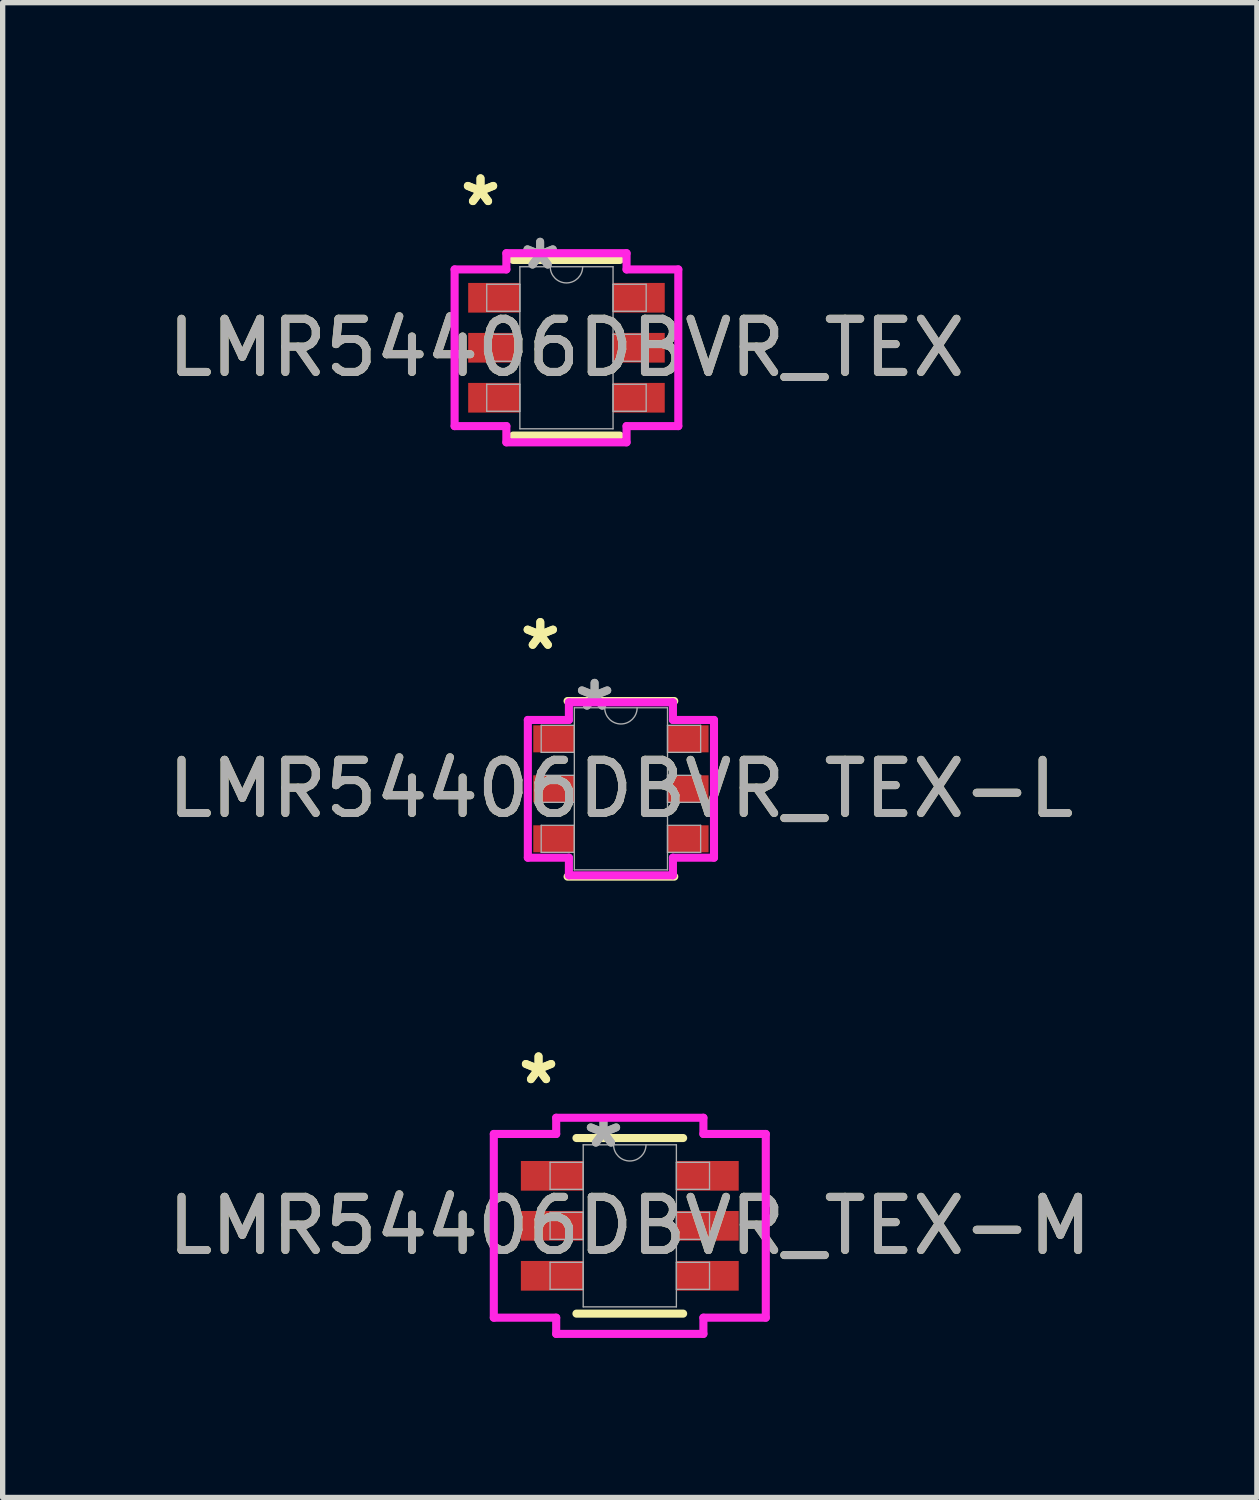
<source format=kicad_pcb>
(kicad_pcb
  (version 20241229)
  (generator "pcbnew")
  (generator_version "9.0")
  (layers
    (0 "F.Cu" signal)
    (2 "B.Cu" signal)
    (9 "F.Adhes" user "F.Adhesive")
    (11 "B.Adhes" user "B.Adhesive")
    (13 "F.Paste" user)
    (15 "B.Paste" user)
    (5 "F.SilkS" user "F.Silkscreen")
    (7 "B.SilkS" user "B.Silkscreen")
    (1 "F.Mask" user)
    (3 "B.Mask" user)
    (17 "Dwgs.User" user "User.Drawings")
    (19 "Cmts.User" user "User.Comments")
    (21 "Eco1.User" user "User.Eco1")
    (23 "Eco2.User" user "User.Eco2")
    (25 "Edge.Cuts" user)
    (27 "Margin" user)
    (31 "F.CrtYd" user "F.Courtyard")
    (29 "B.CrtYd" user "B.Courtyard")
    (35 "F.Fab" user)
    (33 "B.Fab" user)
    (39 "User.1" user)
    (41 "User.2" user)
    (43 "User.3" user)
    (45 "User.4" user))
  (footprint "LMR54406DBVR_TEX-M"
    (layer "F.Cu")
    (at 8.792 19.999)
    (property "Reference" "LMR54406DBVR_TEX-M" (at 0 0 0) (unlocked yes) (layer "F.SilkS") (effects (font (size 1 1) (thickness 0.15))))
    (attr smd)
    (fp_line (start -1.003 1.651) (end 1.003 1.651) (stroke (width 0.152) (type solid)) (layer "F.SilkS"))
    (fp_line (start 1.003 -1.651) (end -1.003 -1.651) (stroke (width 0.152) (type solid)) (layer "F.SilkS"))
    (fp_line (start -2.557 -1.727) (end -1.384 -1.727) (stroke (width 0.152) (type solid)) (layer "F.CrtYd"))
    (fp_line (start -2.557 1.727) (end -2.557 -1.727) (stroke (width 0.152) (type solid)) (layer "F.CrtYd"))
    (fp_line (start -2.557 1.727) (end -1.384 1.727) (stroke (width 0.152) (type solid)) (layer "F.CrtYd"))
    (fp_line (start -1.384 -2.032) (end 1.384 -2.032) (stroke (width 0.152) (type solid)) (layer "F.CrtYd"))
    (fp_line (start -1.384 -1.727) (end -1.384 -2.032) (stroke (width 0.152) (type solid)) (layer "F.CrtYd"))
    (fp_line (start -1.384 2.032) (end -1.384 1.727) (stroke (width 0.152) (type solid)) (layer "F.CrtYd"))
    (fp_line (start 1.384 -2.032) (end 1.384 -1.727) (stroke (width 0.152) (type solid)) (layer "F.CrtYd"))
    (fp_line (start 1.384 1.727) (end 1.384 2.032) (stroke (width 0.152) (type solid)) (layer "F.CrtYd"))
    (fp_line (start 1.384 2.032) (end -1.384 2.032) (stroke (width 0.152) (type solid)) (layer "F.CrtYd"))
    (fp_line (start 2.557 -1.727) (end 1.384 -1.727) (stroke (width 0.152) (type solid)) (layer "F.CrtYd"))
    (fp_line (start 2.557 -1.727) (end 2.557 1.727) (stroke (width 0.152) (type solid)) (layer "F.CrtYd"))
    (fp_line (start 2.557 1.727) (end 1.384 1.727) (stroke (width 0.152) (type solid)) (layer "F.CrtYd"))
    (fp_line (start -1.499 -1.194) (end -1.499 -0.686) (stroke (width 0.025) (type solid)) (layer "F.Fab"))
    (fp_line (start -1.499 -0.686) (end -0.876 -0.686) (stroke (width 0.025) (type solid)) (layer "F.Fab"))
    (fp_line (start -1.499 -0.254) (end -1.499 0.254) (stroke (width 0.025) (type solid)) (layer "F.Fab"))
    (fp_line (start -1.499 0.254) (end -0.876 0.254) (stroke (width 0.025) (type solid)) (layer "F.Fab"))
    (fp_line (start -1.499 0.686) (end -1.499 1.194) (stroke (width 0.025) (type solid)) (layer "F.Fab"))
    (fp_line (start -1.499 1.194) (end -0.876 1.194) (stroke (width 0.025) (type solid)) (layer "F.Fab"))
    (fp_line (start -0.876 -1.524) (end -0.876 1.524) (stroke (width 0.025) (type solid)) (layer "F.Fab"))
    (fp_line (start -0.876 -1.194) (end -1.499 -1.194) (stroke (width 0.025) (type solid)) (layer "F.Fab"))
    (fp_line (start -0.876 -0.686) (end -0.876 -1.194) (stroke (width 0.025) (type solid)) (layer "F.Fab"))
    (fp_line (start -0.876 -0.254) (end -1.499 -0.254) (stroke (width 0.025) (type solid)) (layer "F.Fab"))
    (fp_line (start -0.876 0.254) (end -0.876 -0.254) (stroke (width 0.025) (type solid)) (layer "F.Fab"))
    (fp_line (start -0.876 0.686) (end -1.499 0.686) (stroke (width 0.025) (type solid)) (layer "F.Fab"))
    (fp_line (start -0.876 1.194) (end -0.876 0.686) (stroke (width 0.025) (type solid)) (layer "F.Fab"))
    (fp_line (start -0.876 1.524) (end 0.876 1.524) (stroke (width 0.025) (type solid)) (layer "F.Fab"))
    (fp_line (start 0.876 -1.524) (end -0.876 -1.524) (stroke (width 0.025) (type solid)) (layer "F.Fab"))
    (fp_line (start 0.876 -1.194) (end 0.876 -0.686) (stroke (width 0.025) (type solid)) (layer "F.Fab"))
    (fp_line (start 0.876 -0.686) (end 1.499 -0.686) (stroke (width 0.025) (type solid)) (layer "F.Fab"))
    (fp_line (start 0.876 -0.254) (end 0.876 0.254) (stroke (width 0.025) (type solid)) (layer "F.Fab"))
    (fp_line (start 0.876 0.254) (end 1.499 0.254) (stroke (width 0.025) (type solid)) (layer "F.Fab"))
    (fp_line (start 0.876 0.686) (end 0.876 1.194) (stroke (width 0.025) (type solid)) (layer "F.Fab"))
    (fp_line (start 0.876 1.194) (end 1.499 1.194) (stroke (width 0.025) (type solid)) (layer "F.Fab"))
    (fp_line (start 0.876 1.524) (end 0.876 -1.524) (stroke (width 0.025) (type solid)) (layer "F.Fab"))
    (fp_line (start 1.499 -1.194) (end 0.876 -1.194) (stroke (width 0.025) (type solid)) (layer "F.Fab"))
    (fp_line (start 1.499 -0.686) (end 1.499 -1.194) (stroke (width 0.025) (type solid)) (layer "F.Fab"))
    (fp_line (start 1.499 -0.254) (end 0.876 -0.254) (stroke (width 0.025) (type solid)) (layer "F.Fab"))
    (fp_line (start 1.499 0.254) (end 1.499 -0.254) (stroke (width 0.025) (type solid)) (layer "F.Fab"))
    (fp_line (start 1.499 0.686) (end 0.876 0.686) (stroke (width 0.025) (type solid)) (layer "F.Fab"))
    (fp_line (start 1.499 1.194) (end 1.499 0.686) (stroke (width 0.025) (type solid)) (layer "F.Fab"))
    (fp_arc (start 0.3048 -1.524) (mid 0 -1.2192) (end -0.3048 -1.524) (stroke (width 0.0254) (type solid)) (layer "F.Fab"))
    (fp_text user "*" (at -1.716 -2.641 0) (layer "F.SilkS") (effects (font (size 1 1) (thickness 0.15))))
    (fp_text user "*" (at -1.716 -2.641 0) (unlocked yes) (layer "F.SilkS") (effects (font (size 1 1) (thickness 0.15))))
    (fp_text user "*" (at -0.495 -1.448 0) (unlocked yes) (layer "F.Fab") (effects (font (size 1 1) (thickness 0.15))))
    (fp_text user "*" (at -0.495 -1.448 0) (layer "F.Fab") (effects (font (size 1 1) (thickness 0.15))))
    (fp_text user "${REFERENCE}" (at 0 0 0) (unlocked yes) (layer "F.Fab") (effects (font (size 1 1) (thickness 0.15))))
    (pad "1" smd rect (at -1.462 -0.94) (size 1.172 0.558) (layers "F.Cu" "F.Mask" "F.Paste"))
    (pad "2" smd rect (at -1.462 0) (size 1.172 0.558) (layers "F.Cu" "F.Mask" "F.Paste"))
    (pad "3" smd rect (at -1.462 0.94) (size 1.172 0.558) (layers "F.Cu" "F.Mask" "F.Paste"))
    (pad "4" smd rect (at 1.462 0.94) (size 1.172 0.558) (layers "F.Cu" "F.Mask" "F.Paste"))
    (pad "5" smd rect (at 1.462 0) (size 1.172 0.558) (layers "F.Cu" "F.Mask" "F.Paste"))
    (pad "6" smd rect (at 1.462 -0.94) (size 1.172 0.558) (layers "F.Cu" "F.Mask" "F.Paste")))
  (footprint "LMR54406DBVR_TEX"
    (layer "F.Cu")
    (at 7.601 3.489)
    (property "Reference" "LMR54406DBVR_TEX" (at 0 0 0) (unlocked yes) (layer "F.SilkS") (effects (font (size 1 1) (thickness 0.15))))
    (attr smd)
    (fp_line (start -1.003 1.651) (end 1.003 1.651) (stroke (width 0.152) (type solid)) (layer "F.SilkS"))
    (fp_line (start 1.003 -1.651) (end -1.003 -1.651) (stroke (width 0.152) (type solid)) (layer "F.SilkS"))
    (fp_line (start -2.103 -1.473) (end -1.13 -1.473) (stroke (width 0.152) (type solid)) (layer "F.CrtYd"))
    (fp_line (start -2.103 1.473) (end -2.103 -1.473) (stroke (width 0.152) (type solid)) (layer "F.CrtYd"))
    (fp_line (start -2.103 1.473) (end -1.13 1.473) (stroke (width 0.152) (type solid)) (layer "F.CrtYd"))
    (fp_line (start -1.13 -1.778) (end 1.13 -1.778) (stroke (width 0.152) (type solid)) (layer "F.CrtYd"))
    (fp_line (start -1.13 -1.473) (end -1.13 -1.778) (stroke (width 0.152) (type solid)) (layer "F.CrtYd"))
    (fp_line (start -1.13 1.778) (end -1.13 1.473) (stroke (width 0.152) (type solid)) (layer "F.CrtYd"))
    (fp_line (start 1.13 -1.778) (end 1.13 -1.473) (stroke (width 0.152) (type solid)) (layer "F.CrtYd"))
    (fp_line (start 1.13 1.473) (end 1.13 1.778) (stroke (width 0.152) (type solid)) (layer "F.CrtYd"))
    (fp_line (start 1.13 1.778) (end -1.13 1.778) (stroke (width 0.152) (type solid)) (layer "F.CrtYd"))
    (fp_line (start 2.103 -1.473) (end 1.13 -1.473) (stroke (width 0.152) (type solid)) (layer "F.CrtYd"))
    (fp_line (start 2.103 -1.473) (end 2.103 1.473) (stroke (width 0.152) (type solid)) (layer "F.CrtYd"))
    (fp_line (start 2.103 1.473) (end 1.13 1.473) (stroke (width 0.152) (type solid)) (layer "F.CrtYd"))
    (fp_line (start -1.499 -1.194) (end -1.499 -0.686) (stroke (width 0.025) (type solid)) (layer "F.Fab"))
    (fp_line (start -1.499 -0.686) (end -0.876 -0.686) (stroke (width 0.025) (type solid)) (layer "F.Fab"))
    (fp_line (start -1.499 -0.254) (end -1.499 0.254) (stroke (width 0.025) (type solid)) (layer "F.Fab"))
    (fp_line (start -1.499 0.254) (end -0.876 0.254) (stroke (width 0.025) (type solid)) (layer "F.Fab"))
    (fp_line (start -1.499 0.686) (end -1.499 1.194) (stroke (width 0.025) (type solid)) (layer "F.Fab"))
    (fp_line (start -1.499 1.194) (end -0.876 1.194) (stroke (width 0.025) (type solid)) (layer "F.Fab"))
    (fp_line (start -0.876 -1.524) (end -0.876 1.524) (stroke (width 0.025) (type solid)) (layer "F.Fab"))
    (fp_line (start -0.876 -1.194) (end -1.499 -1.194) (stroke (width 0.025) (type solid)) (layer "F.Fab"))
    (fp_line (start -0.876 -0.686) (end -0.876 -1.194) (stroke (width 0.025) (type solid)) (layer "F.Fab"))
    (fp_line (start -0.876 -0.254) (end -1.499 -0.254) (stroke (width 0.025) (type solid)) (layer "F.Fab"))
    (fp_line (start -0.876 0.254) (end -0.876 -0.254) (stroke (width 0.025) (type solid)) (layer "F.Fab"))
    (fp_line (start -0.876 0.686) (end -1.499 0.686) (stroke (width 0.025) (type solid)) (layer "F.Fab"))
    (fp_line (start -0.876 1.194) (end -0.876 0.686) (stroke (width 0.025) (type solid)) (layer "F.Fab"))
    (fp_line (start -0.876 1.524) (end 0.876 1.524) (stroke (width 0.025) (type solid)) (layer "F.Fab"))
    (fp_line (start 0.876 -1.524) (end -0.876 -1.524) (stroke (width 0.025) (type solid)) (layer "F.Fab"))
    (fp_line (start 0.876 -1.194) (end 0.876 -0.686) (stroke (width 0.025) (type solid)) (layer "F.Fab"))
    (fp_line (start 0.876 -0.686) (end 1.499 -0.686) (stroke (width 0.025) (type solid)) (layer "F.Fab"))
    (fp_line (start 0.876 -0.254) (end 0.876 0.254) (stroke (width 0.025) (type solid)) (layer "F.Fab"))
    (fp_line (start 0.876 0.254) (end 1.499 0.254) (stroke (width 0.025) (type solid)) (layer "F.Fab"))
    (fp_line (start 0.876 0.686) (end 0.876 1.194) (stroke (width 0.025) (type solid)) (layer "F.Fab"))
    (fp_line (start 0.876 1.194) (end 1.499 1.194) (stroke (width 0.025) (type solid)) (layer "F.Fab"))
    (fp_line (start 0.876 1.524) (end 0.876 -1.524) (stroke (width 0.025) (type solid)) (layer "F.Fab"))
    (fp_line (start 1.499 -1.194) (end 0.876 -1.194) (stroke (width 0.025) (type solid)) (layer "F.Fab"))
    (fp_line (start 1.499 -0.686) (end 1.499 -1.194) (stroke (width 0.025) (type solid)) (layer "F.Fab"))
    (fp_line (start 1.499 -0.254) (end 0.876 -0.254) (stroke (width 0.025) (type solid)) (layer "F.Fab"))
    (fp_line (start 1.499 0.254) (end 1.499 -0.254) (stroke (width 0.025) (type solid)) (layer "F.Fab"))
    (fp_line (start 1.499 0.686) (end 0.876 0.686) (stroke (width 0.025) (type solid)) (layer "F.Fab"))
    (fp_line (start 1.499 1.194) (end 1.499 0.686) (stroke (width 0.025) (type solid)) (layer "F.Fab"))
    (fp_arc (start 0.3048 -1.524) (mid 0 -1.2192) (end -0.3048 -1.524) (stroke (width 0.0254) (type solid)) (layer "F.Fab"))
    (fp_text user "*" (at -1.616 -2.641 0) (unlocked yes) (layer "F.SilkS") (effects (font (size 1 1) (thickness 0.15))))
    (fp_text user "*" (at -1.616 -2.641 0) (layer "F.SilkS") (effects (font (size 1 1) (thickness 0.15))))
    (fp_text user "*" (at -0.495 -1.448 0) (unlocked yes) (layer "F.Fab") (effects (font (size 1 1) (thickness 0.15))))
    (fp_text user "${REFERENCE}" (at 0 0 0) (unlocked yes) (layer "F.Fab") (effects (font (size 1 1) (thickness 0.15))))
    (fp_text user "*" (at -0.495 -1.448 0) (layer "F.Fab") (effects (font (size 1 1) (thickness 0.15))))
    (pad "1" smd rect (at -1.362 -0.94) (size 0.972 0.558) (layers "F.Cu" "F.Mask" "F.Paste"))
    (pad "2" smd rect (at -1.362 0) (size 0.972 0.558) (layers "F.Cu" "F.Mask" "F.Paste"))
    (pad "3" smd rect (at -1.362 0.94) (size 0.972 0.558) (layers "F.Cu" "F.Mask" "F.Paste"))
    (pad "4" smd rect (at 1.362 0.94) (size 0.972 0.558) (layers "F.Cu" "F.Mask" "F.Paste"))
    (pad "5" smd rect (at 1.362 0) (size 0.972 0.558) (layers "F.Cu" "F.Mask" "F.Paste"))
    (pad "6" smd rect (at 1.362 -0.94) (size 0.972 0.558) (layers "F.Cu" "F.Mask" "F.Paste")))
  (footprint "LMR54406DBVR_TEX-L"
    (layer "F.Cu")
    (at 8.625 11.782)
    (property "Reference" "LMR54406DBVR_TEX-L" (at 0 0 0) (unlocked yes) (layer "F.SilkS") (effects (font (size 1 1) (thickness 0.15))))
    (attr smd)
    (fp_line (start -1.003 1.651) (end 1.003 1.651) (stroke (width 0.152) (type solid)) (layer "F.SilkS"))
    (fp_line (start 1.003 -1.651) (end -1.003 -1.651) (stroke (width 0.152) (type solid)) (layer "F.SilkS"))
    (fp_line (start -1.75 -1.295) (end -0.978 -1.295) (stroke (width 0.152) (type solid)) (layer "F.CrtYd"))
    (fp_line (start -1.75 1.295) (end -1.75 -1.295) (stroke (width 0.152) (type solid)) (layer "F.CrtYd"))
    (fp_line (start -1.75 1.295) (end -0.978 1.295) (stroke (width 0.152) (type solid)) (layer "F.CrtYd"))
    (fp_line (start -0.978 -1.626) (end 0.978 -1.626) (stroke (width 0.152) (type solid)) (layer "F.CrtYd"))
    (fp_line (start -0.978 -1.295) (end -0.978 -1.626) (stroke (width 0.152) (type solid)) (layer "F.CrtYd"))
    (fp_line (start -0.978 1.626) (end -0.978 1.295) (stroke (width 0.152) (type solid)) (layer "F.CrtYd"))
    (fp_line (start 0.978 -1.626) (end 0.978 -1.295) (stroke (width 0.152) (type solid)) (layer "F.CrtYd"))
    (fp_line (start 0.978 1.295) (end 0.978 1.626) (stroke (width 0.152) (type solid)) (layer "F.CrtYd"))
    (fp_line (start 0.978 1.626) (end -0.978 1.626) (stroke (width 0.152) (type solid)) (layer "F.CrtYd"))
    (fp_line (start 1.75 -1.295) (end 0.978 -1.295) (stroke (width 0.152) (type solid)) (layer "F.CrtYd"))
    (fp_line (start 1.75 -1.295) (end 1.75 1.295) (stroke (width 0.152) (type solid)) (layer "F.CrtYd"))
    (fp_line (start 1.75 1.295) (end 0.978 1.295) (stroke (width 0.152) (type solid)) (layer "F.CrtYd"))
    (fp_line (start -1.499 -1.194) (end -1.499 -0.686) (stroke (width 0.025) (type solid)) (layer "F.Fab"))
    (fp_line (start -1.499 -0.686) (end -0.876 -0.686) (stroke (width 0.025) (type solid)) (layer "F.Fab"))
    (fp_line (start -1.499 -0.254) (end -1.499 0.254) (stroke (width 0.025) (type solid)) (layer "F.Fab"))
    (fp_line (start -1.499 0.254) (end -0.876 0.254) (stroke (width 0.025) (type solid)) (layer "F.Fab"))
    (fp_line (start -1.499 0.686) (end -1.499 1.194) (stroke (width 0.025) (type solid)) (layer "F.Fab"))
    (fp_line (start -1.499 1.194) (end -0.876 1.194) (stroke (width 0.025) (type solid)) (layer "F.Fab"))
    (fp_line (start -0.876 -1.524) (end -0.876 1.524) (stroke (width 0.025) (type solid)) (layer "F.Fab"))
    (fp_line (start -0.876 -1.194) (end -1.499 -1.194) (stroke (width 0.025) (type solid)) (layer "F.Fab"))
    (fp_line (start -0.876 -0.686) (end -0.876 -1.194) (stroke (width 0.025) (type solid)) (layer "F.Fab"))
    (fp_line (start -0.876 -0.254) (end -1.499 -0.254) (stroke (width 0.025) (type solid)) (layer "F.Fab"))
    (fp_line (start -0.876 0.254) (end -0.876 -0.254) (stroke (width 0.025) (type solid)) (layer "F.Fab"))
    (fp_line (start -0.876 0.686) (end -1.499 0.686) (stroke (width 0.025) (type solid)) (layer "F.Fab"))
    (fp_line (start -0.876 1.194) (end -0.876 0.686) (stroke (width 0.025) (type solid)) (layer "F.Fab"))
    (fp_line (start -0.876 1.524) (end 0.876 1.524) (stroke (width 0.025) (type solid)) (layer "F.Fab"))
    (fp_line (start 0.876 -1.524) (end -0.876 -1.524) (stroke (width 0.025) (type solid)) (layer "F.Fab"))
    (fp_line (start 0.876 -1.194) (end 0.876 -0.686) (stroke (width 0.025) (type solid)) (layer "F.Fab"))
    (fp_line (start 0.876 -0.686) (end 1.499 -0.686) (stroke (width 0.025) (type solid)) (layer "F.Fab"))
    (fp_line (start 0.876 -0.254) (end 0.876 0.254) (stroke (width 0.025) (type solid)) (layer "F.Fab"))
    (fp_line (start 0.876 0.254) (end 1.499 0.254) (stroke (width 0.025) (type solid)) (layer "F.Fab"))
    (fp_line (start 0.876 0.686) (end 0.876 1.194) (stroke (width 0.025) (type solid)) (layer "F.Fab"))
    (fp_line (start 0.876 1.194) (end 1.499 1.194) (stroke (width 0.025) (type solid)) (layer "F.Fab"))
    (fp_line (start 0.876 1.524) (end 0.876 -1.524) (stroke (width 0.025) (type solid)) (layer "F.Fab"))
    (fp_line (start 1.499 -1.194) (end 0.876 -1.194) (stroke (width 0.025) (type solid)) (layer "F.Fab"))
    (fp_line (start 1.499 -0.686) (end 1.499 -1.194) (stroke (width 0.025) (type solid)) (layer "F.Fab"))
    (fp_line (start 1.499 -0.254) (end 0.876 -0.254) (stroke (width 0.025) (type solid)) (layer "F.Fab"))
    (fp_line (start 1.499 0.254) (end 1.499 -0.254) (stroke (width 0.025) (type solid)) (layer "F.Fab"))
    (fp_line (start 1.499 0.686) (end 0.876 0.686) (stroke (width 0.025) (type solid)) (layer "F.Fab"))
    (fp_line (start 1.499 1.194) (end 1.499 0.686) (stroke (width 0.025) (type solid)) (layer "F.Fab"))
    (fp_arc (start 0.3048 -1.524) (mid 0 -1.2192) (end -0.3048 -1.524) (stroke (width 0.0254) (type solid)) (layer "F.Fab"))
    (fp_text user "*" (at -1.516 -2.591 0) (layer "F.SilkS") (effects (font (size 1 1) (thickness 0.15))))
    (fp_text user "*" (at -1.516 -2.591 0) (unlocked yes) (layer "F.SilkS") (effects (font (size 1 1) (thickness 0.15))))
    (fp_text user "*" (at -0.495 -1.448 0) (layer "F.Fab") (effects (font (size 1 1) (thickness 0.15))))
    (fp_text user "*" (at -0.495 -1.448 0) (unlocked yes) (layer "F.Fab") (effects (font (size 1 1) (thickness 0.15))))
    (fp_text user "${REFERENCE}" (at 0 0 0) (unlocked yes) (layer "F.Fab") (effects (font (size 1 1) (thickness 0.15))))
    (pad "1" smd rect (at -1.262 -0.94) (size 0.772 0.508) (layers "F.Cu" "F.Mask" "F.Paste"))
    (pad "2" smd rect (at -1.262 0) (size 0.772 0.508) (layers "F.Cu" "F.Mask" "F.Paste"))
    (pad "3" smd rect (at -1.262 0.94) (size 0.772 0.508) (layers "F.Cu" "F.Mask" "F.Paste"))
    (pad "4" smd rect (at 1.262 0.94) (size 0.772 0.508) (layers "F.Cu" "F.Mask" "F.Paste"))
    (pad "5" smd rect (at 1.262 0) (size 0.772 0.508) (layers "F.Cu" "F.Mask" "F.Paste"))
    (pad "6" smd rect (at 1.262 -0.94) (size 0.772 0.508) (layers "F.Cu" "F.Mask" "F.Paste")))
  (gr_rect
    (start -3 -3)
    (end 20.583 25.107)
    (stroke (width 0.1) (type default))
    (fill no)
    (layer "Edge.Cuts")))
</source>
